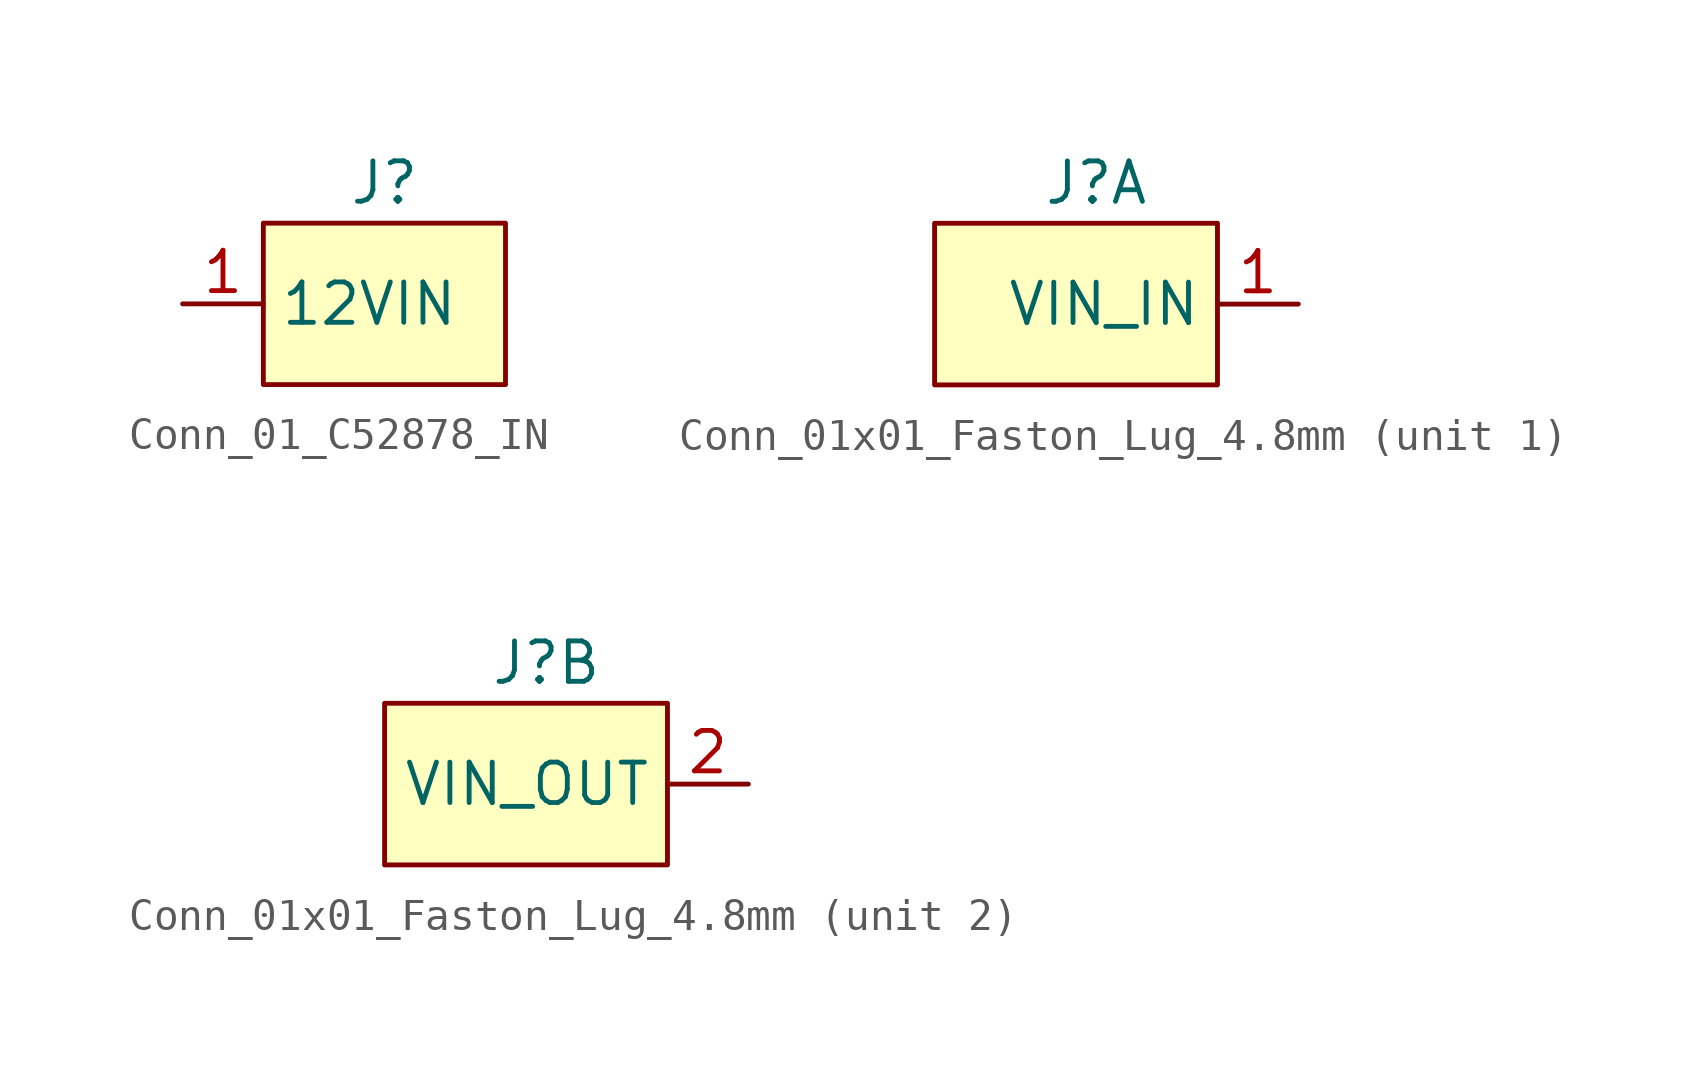
<source format=kicad_sym>
(kicad_symbol_lib
  (version 20241209)
  (generator "kicad_symbol_editor")
  (generator_version "9.0")
  (symbol "Conn_01_C52878_IN"
    (property "Reference" "J"
      (at -1.27 3.81 0)
      (effects (font (size 1.27 1.27))))
    (property "Value" ""
      (at 0 0 0)
      (effects (font (size 1.27 1.27))))
    (symbol "Conn_01_C52878_IN_1_1"
      (rectangle (start -5.08 2.54) (end 2.54 -2.54) (stroke (width 0) (type solid)) (fill (type background)))
      (pin passive line (at -7.62 0 0) (length 2.54) (name "12VIN" (effects (font (size 1.27 1.27)))) (number "1" (effects (font (size 1.27 1.27)))))))
  (symbol "Conn_01x01_Faston_Lug_4.8mm"
    (property "Reference" "J"
      (at 0 3.81 0)
      (effects (font (size 1.27 1.27))))
    (property "Value" ""
      (at 0 0 0)
      (effects (font (size 1.27 1.27))))
    (property "ki_locked" ""
      (at 0 0 0)
      (effects (font (size 1.27 1.27))))
    (symbol "Conn_01x01_Faston_Lug_4.8mm_1_1"
      (rectangle (start -5.08 2.54) (end 3.81 -2.54) (stroke (width 0) (type solid)) (fill (type background)))
      (pin passive line (at 6.35 0 180) (length 2.54) (name "VIN_IN" (effects (font (size 1.27 1.27)))) (number "1" (effects (font (size 1.27 1.27))))))
    (symbol "Conn_01x01_Faston_Lug_4.8mm_2_1"
      (rectangle (start -5.08 2.54) (end 3.81 -2.54) (stroke (width 0) (type solid)) (fill (type background)))
      (pin passive line (at 6.35 0 180) (length 2.54) (name "VIN_OUT" (effects (font (size 1.27 1.27)))) (number "2" (effects (font (size 1.27 1.27))))))))
</source>
